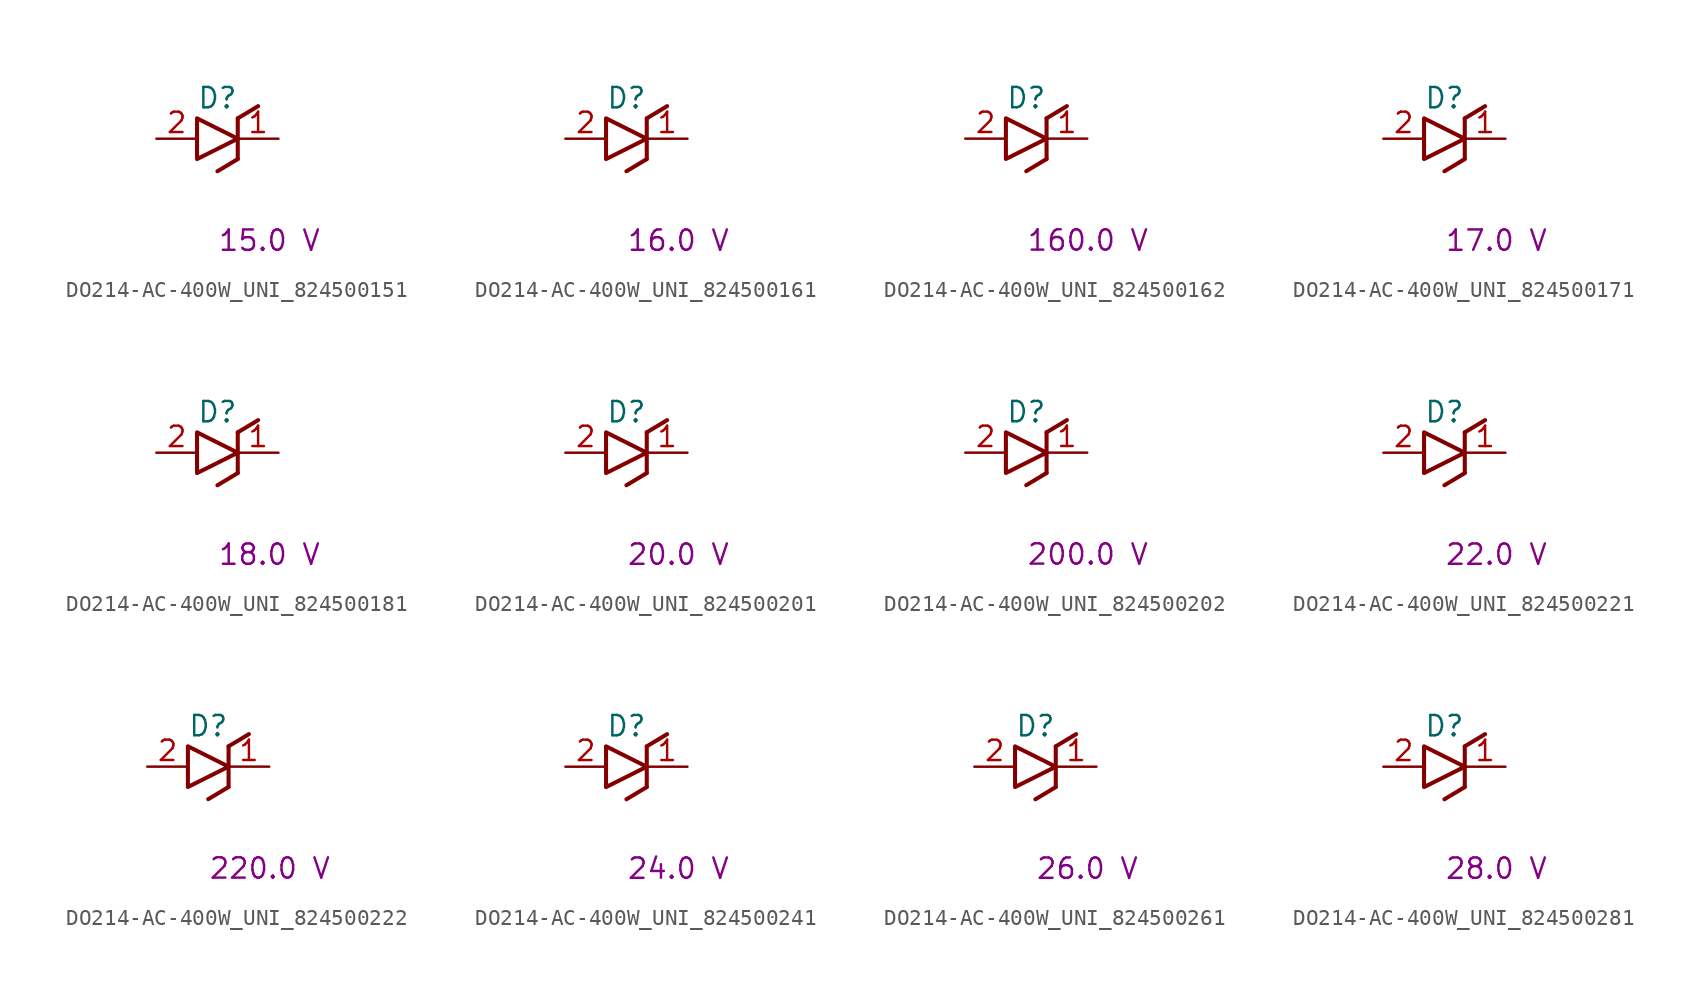
<source format=kicad_sym>
(kicad_symbol_lib
  (version 20220914)
  (generator kicad_symbol_editor)
  (symbol "DO214-AC-400W_UNI_824500151"
    (pin_names hide)
    (property "Reference" "D"
      (at 0 2.54 0)
      (effects (font (size 1.27 1.27))))
    (property "Critical Parameter" "15.0 V"
      (at 0 -6.35 0)
      (effects (font (size 1.27 1.27)) (justify left)))
    (symbol "DO214-AC-400W_UNI_824500151_1_1"
      (polyline (pts (xy 1.27 -1.27) (xy 0 -2.032)) (stroke (width 0.254) (type default)) (fill (type none)))
      (polyline (pts (xy 1.27 1.27) (xy 1.27 -1.27)) (stroke (width 0.254) (type default)) (fill (type none)))
      (polyline (pts (xy 1.27 1.27) (xy 2.54 2.032)) (stroke (width 0.254) (type default)) (fill (type none)))
      (polyline (pts (xy -1.27 1.27) (xy -1.27 -1.27) (xy 1.27 0) (xy -1.27 1.27)) (stroke (width 0.254) (type default)) (fill (type none)))
      (pin passive line (at -3.81 0 0) (length 2.54) (name "Anode" (effects (font (size 1.27 1.27)))) (number "2" (effects (font (size 1.27 1.27)))))
      (pin passive line (at 3.81 0 180) (length 2.54) (name "Cathode" (effects (font (size 1.27 1.27)))) (number "1" (effects (font (size 1.27 1.27)))))))
  (symbol "DO214-AC-400W_UNI_824500161"
    (pin_names hide)
    (property "Reference" "D"
      (at 0 2.54 0)
      (effects (font (size 1.27 1.27))))
    (property "Critical Parameter" "16.0 V"
      (at 0 -6.35 0)
      (effects (font (size 1.27 1.27)) (justify left)))
    (symbol "DO214-AC-400W_UNI_824500161_1_1"
      (polyline (pts (xy 1.27 -1.27) (xy 0 -2.032)) (stroke (width 0.254) (type default)) (fill (type none)))
      (polyline (pts (xy 1.27 1.27) (xy 1.27 -1.27)) (stroke (width 0.254) (type default)) (fill (type none)))
      (polyline (pts (xy 1.27 1.27) (xy 2.54 2.032)) (stroke (width 0.254) (type default)) (fill (type none)))
      (polyline (pts (xy -1.27 1.27) (xy -1.27 -1.27) (xy 1.27 0) (xy -1.27 1.27)) (stroke (width 0.254) (type default)) (fill (type none)))
      (pin passive line (at -3.81 0 0) (length 2.54) (name "Anode" (effects (font (size 1.27 1.27)))) (number "2" (effects (font (size 1.27 1.27)))))
      (pin passive line (at 3.81 0 180) (length 2.54) (name "Cathode" (effects (font (size 1.27 1.27)))) (number "1" (effects (font (size 1.27 1.27)))))))
  (symbol "DO214-AC-400W_UNI_824500162"
    (pin_names hide)
    (property "Reference" "D"
      (at 0 2.54 0)
      (effects (font (size 1.27 1.27))))
    (property "Critical Parameter" "160.0 V"
      (at 0 -6.35 0)
      (effects (font (size 1.27 1.27)) (justify left)))
    (symbol "DO214-AC-400W_UNI_824500162_1_1"
      (polyline (pts (xy 1.27 -1.27) (xy 0 -2.032)) (stroke (width 0.254) (type default)) (fill (type none)))
      (polyline (pts (xy 1.27 1.27) (xy 1.27 -1.27)) (stroke (width 0.254) (type default)) (fill (type none)))
      (polyline (pts (xy 1.27 1.27) (xy 2.54 2.032)) (stroke (width 0.254) (type default)) (fill (type none)))
      (polyline (pts (xy -1.27 1.27) (xy -1.27 -1.27) (xy 1.27 0) (xy -1.27 1.27)) (stroke (width 0.254) (type default)) (fill (type none)))
      (pin passive line (at -3.81 0 0) (length 2.54) (name "Anode" (effects (font (size 1.27 1.27)))) (number "2" (effects (font (size 1.27 1.27)))))
      (pin passive line (at 3.81 0 180) (length 2.54) (name "Cathode" (effects (font (size 1.27 1.27)))) (number "1" (effects (font (size 1.27 1.27)))))))
  (symbol "DO214-AC-400W_UNI_824500171"
    (pin_names hide)
    (property "Reference" "D"
      (at 0 2.54 0)
      (effects (font (size 1.27 1.27))))
    (property "Critical Parameter" "17.0 V"
      (at 0 -6.35 0)
      (effects (font (size 1.27 1.27)) (justify left)))
    (symbol "DO214-AC-400W_UNI_824500171_1_1"
      (polyline (pts (xy 1.27 -1.27) (xy 0 -2.032)) (stroke (width 0.254) (type default)) (fill (type none)))
      (polyline (pts (xy 1.27 1.27) (xy 1.27 -1.27)) (stroke (width 0.254) (type default)) (fill (type none)))
      (polyline (pts (xy 1.27 1.27) (xy 2.54 2.032)) (stroke (width 0.254) (type default)) (fill (type none)))
      (polyline (pts (xy -1.27 1.27) (xy -1.27 -1.27) (xy 1.27 0) (xy -1.27 1.27)) (stroke (width 0.254) (type default)) (fill (type none)))
      (pin passive line (at -3.81 0 0) (length 2.54) (name "Anode" (effects (font (size 1.27 1.27)))) (number "2" (effects (font (size 1.27 1.27)))))
      (pin passive line (at 3.81 0 180) (length 2.54) (name "Cathode" (effects (font (size 1.27 1.27)))) (number "1" (effects (font (size 1.27 1.27)))))))
  (symbol "DO214-AC-400W_UNI_824500181"
    (pin_names hide)
    (property "Reference" "D"
      (at 0 2.54 0)
      (effects (font (size 1.27 1.27))))
    (property "Critical Parameter" "18.0 V"
      (at 0 -6.35 0)
      (effects (font (size 1.27 1.27)) (justify left)))
    (symbol "DO214-AC-400W_UNI_824500181_1_1"
      (polyline (pts (xy 1.27 -1.27) (xy 0 -2.032)) (stroke (width 0.254) (type default)) (fill (type none)))
      (polyline (pts (xy 1.27 1.27) (xy 1.27 -1.27)) (stroke (width 0.254) (type default)) (fill (type none)))
      (polyline (pts (xy 1.27 1.27) (xy 2.54 2.032)) (stroke (width 0.254) (type default)) (fill (type none)))
      (polyline (pts (xy -1.27 1.27) (xy -1.27 -1.27) (xy 1.27 0) (xy -1.27 1.27)) (stroke (width 0.254) (type default)) (fill (type none)))
      (pin passive line (at -3.81 0 0) (length 2.54) (name "Anode" (effects (font (size 1.27 1.27)))) (number "2" (effects (font (size 1.27 1.27)))))
      (pin passive line (at 3.81 0 180) (length 2.54) (name "Cathode" (effects (font (size 1.27 1.27)))) (number "1" (effects (font (size 1.27 1.27)))))))
  (symbol "DO214-AC-400W_UNI_824500201"
    (pin_names hide)
    (property "Reference" "D"
      (at 0 2.54 0)
      (effects (font (size 1.27 1.27))))
    (property "Critical Parameter" "20.0 V"
      (at 0 -6.35 0)
      (effects (font (size 1.27 1.27)) (justify left)))
    (symbol "DO214-AC-400W_UNI_824500201_1_1"
      (polyline (pts (xy 1.27 -1.27) (xy 0 -2.032)) (stroke (width 0.254) (type default)) (fill (type none)))
      (polyline (pts (xy 1.27 1.27) (xy 1.27 -1.27)) (stroke (width 0.254) (type default)) (fill (type none)))
      (polyline (pts (xy 1.27 1.27) (xy 2.54 2.032)) (stroke (width 0.254) (type default)) (fill (type none)))
      (polyline (pts (xy -1.27 1.27) (xy -1.27 -1.27) (xy 1.27 0) (xy -1.27 1.27)) (stroke (width 0.254) (type default)) (fill (type none)))
      (pin passive line (at -3.81 0 0) (length 2.54) (name "Anode" (effects (font (size 1.27 1.27)))) (number "2" (effects (font (size 1.27 1.27)))))
      (pin passive line (at 3.81 0 180) (length 2.54) (name "Cathode" (effects (font (size 1.27 1.27)))) (number "1" (effects (font (size 1.27 1.27)))))))
  (symbol "DO214-AC-400W_UNI_824500202"
    (pin_names hide)
    (property "Reference" "D"
      (at 0 2.54 0)
      (effects (font (size 1.27 1.27))))
    (property "Critical Parameter" "200.0 V"
      (at 0 -6.35 0)
      (effects (font (size 1.27 1.27)) (justify left)))
    (symbol "DO214-AC-400W_UNI_824500202_1_1"
      (polyline (pts (xy 1.27 -1.27) (xy 0 -2.032)) (stroke (width 0.254) (type default)) (fill (type none)))
      (polyline (pts (xy 1.27 1.27) (xy 1.27 -1.27)) (stroke (width 0.254) (type default)) (fill (type none)))
      (polyline (pts (xy 1.27 1.27) (xy 2.54 2.032)) (stroke (width 0.254) (type default)) (fill (type none)))
      (polyline (pts (xy -1.27 1.27) (xy -1.27 -1.27) (xy 1.27 0) (xy -1.27 1.27)) (stroke (width 0.254) (type default)) (fill (type none)))
      (pin passive line (at -3.81 0 0) (length 2.54) (name "Anode" (effects (font (size 1.27 1.27)))) (number "2" (effects (font (size 1.27 1.27)))))
      (pin passive line (at 3.81 0 180) (length 2.54) (name "Cathode" (effects (font (size 1.27 1.27)))) (number "1" (effects (font (size 1.27 1.27)))))))
  (symbol "DO214-AC-400W_UNI_824500221"
    (pin_names hide)
    (property "Reference" "D"
      (at 0 2.54 0)
      (effects (font (size 1.27 1.27))))
    (property "Critical Parameter" "22.0 V"
      (at 0 -6.35 0)
      (effects (font (size 1.27 1.27)) (justify left)))
    (symbol "DO214-AC-400W_UNI_824500221_1_1"
      (polyline (pts (xy 1.27 -1.27) (xy 0 -2.032)) (stroke (width 0.254) (type default)) (fill (type none)))
      (polyline (pts (xy 1.27 1.27) (xy 1.27 -1.27)) (stroke (width 0.254) (type default)) (fill (type none)))
      (polyline (pts (xy 1.27 1.27) (xy 2.54 2.032)) (stroke (width 0.254) (type default)) (fill (type none)))
      (polyline (pts (xy -1.27 1.27) (xy -1.27 -1.27) (xy 1.27 0) (xy -1.27 1.27)) (stroke (width 0.254) (type default)) (fill (type none)))
      (pin passive line (at -3.81 0 0) (length 2.54) (name "Anode" (effects (font (size 1.27 1.27)))) (number "2" (effects (font (size 1.27 1.27)))))
      (pin passive line (at 3.81 0 180) (length 2.54) (name "Cathode" (effects (font (size 1.27 1.27)))) (number "1" (effects (font (size 1.27 1.27)))))))
  (symbol "DO214-AC-400W_UNI_824500222"
    (pin_names hide)
    (property "Reference" "D"
      (at 0 2.54 0)
      (effects (font (size 1.27 1.27))))
    (property "Critical Parameter" "220.0 V"
      (at 0 -6.35 0)
      (effects (font (size 1.27 1.27)) (justify left)))
    (symbol "DO214-AC-400W_UNI_824500222_1_1"
      (polyline (pts (xy 1.27 -1.27) (xy 0 -2.032)) (stroke (width 0.254) (type default)) (fill (type none)))
      (polyline (pts (xy 1.27 1.27) (xy 1.27 -1.27)) (stroke (width 0.254) (type default)) (fill (type none)))
      (polyline (pts (xy 1.27 1.27) (xy 2.54 2.032)) (stroke (width 0.254) (type default)) (fill (type none)))
      (polyline (pts (xy -1.27 1.27) (xy -1.27 -1.27) (xy 1.27 0) (xy -1.27 1.27)) (stroke (width 0.254) (type default)) (fill (type none)))
      (pin passive line (at -3.81 0 0) (length 2.54) (name "Anode" (effects (font (size 1.27 1.27)))) (number "2" (effects (font (size 1.27 1.27)))))
      (pin passive line (at 3.81 0 180) (length 2.54) (name "Cathode" (effects (font (size 1.27 1.27)))) (number "1" (effects (font (size 1.27 1.27)))))))
  (symbol "DO214-AC-400W_UNI_824500241"
    (pin_names hide)
    (property "Reference" "D"
      (at 0 2.54 0)
      (effects (font (size 1.27 1.27))))
    (property "Critical Parameter" "24.0 V"
      (at 0 -6.35 0)
      (effects (font (size 1.27 1.27)) (justify left)))
    (symbol "DO214-AC-400W_UNI_824500241_1_1"
      (polyline (pts (xy 1.27 -1.27) (xy 0 -2.032)) (stroke (width 0.254) (type default)) (fill (type none)))
      (polyline (pts (xy 1.27 1.27) (xy 1.27 -1.27)) (stroke (width 0.254) (type default)) (fill (type none)))
      (polyline (pts (xy 1.27 1.27) (xy 2.54 2.032)) (stroke (width 0.254) (type default)) (fill (type none)))
      (polyline (pts (xy -1.27 1.27) (xy -1.27 -1.27) (xy 1.27 0) (xy -1.27 1.27)) (stroke (width 0.254) (type default)) (fill (type none)))
      (pin passive line (at -3.81 0 0) (length 2.54) (name "Anode" (effects (font (size 1.27 1.27)))) (number "2" (effects (font (size 1.27 1.27)))))
      (pin passive line (at 3.81 0 180) (length 2.54) (name "Cathode" (effects (font (size 1.27 1.27)))) (number "1" (effects (font (size 1.27 1.27)))))))
  (symbol "DO214-AC-400W_UNI_824500261"
    (pin_names hide)
    (property "Reference" "D"
      (at 0 2.54 0)
      (effects (font (size 1.27 1.27))))
    (property "Critical Parameter" "26.0 V"
      (at 0 -6.35 0)
      (effects (font (size 1.27 1.27)) (justify left)))
    (symbol "DO214-AC-400W_UNI_824500261_1_1"
      (polyline (pts (xy 1.27 -1.27) (xy 0 -2.032)) (stroke (width 0.254) (type default)) (fill (type none)))
      (polyline (pts (xy 1.27 1.27) (xy 1.27 -1.27)) (stroke (width 0.254) (type default)) (fill (type none)))
      (polyline (pts (xy 1.27 1.27) (xy 2.54 2.032)) (stroke (width 0.254) (type default)) (fill (type none)))
      (polyline (pts (xy -1.27 1.27) (xy -1.27 -1.27) (xy 1.27 0) (xy -1.27 1.27)) (stroke (width 0.254) (type default)) (fill (type none)))
      (pin passive line (at -3.81 0 0) (length 2.54) (name "Anode" (effects (font (size 1.27 1.27)))) (number "2" (effects (font (size 1.27 1.27)))))
      (pin passive line (at 3.81 0 180) (length 2.54) (name "Cathode" (effects (font (size 1.27 1.27)))) (number "1" (effects (font (size 1.27 1.27)))))))
  (symbol "DO214-AC-400W_UNI_824500281"
    (pin_names hide)
    (property "Reference" "D"
      (at 0 2.54 0)
      (effects (font (size 1.27 1.27))))
    (property "Critical Parameter" "28.0 V"
      (at 0 -6.35 0)
      (effects (font (size 1.27 1.27)) (justify left)))
    (symbol "DO214-AC-400W_UNI_824500281_1_1"
      (polyline (pts (xy 1.27 -1.27) (xy 0 -2.032)) (stroke (width 0.254) (type default)) (fill (type none)))
      (polyline (pts (xy 1.27 1.27) (xy 1.27 -1.27)) (stroke (width 0.254) (type default)) (fill (type none)))
      (polyline (pts (xy 1.27 1.27) (xy 2.54 2.032)) (stroke (width 0.254) (type default)) (fill (type none)))
      (polyline (pts (xy -1.27 1.27) (xy -1.27 -1.27) (xy 1.27 0) (xy -1.27 1.27)) (stroke (width 0.254) (type default)) (fill (type none)))
      (pin passive line (at -3.81 0 0) (length 2.54) (name "Anode" (effects (font (size 1.27 1.27)))) (number "2" (effects (font (size 1.27 1.27)))))
      (pin passive line (at 3.81 0 180) (length 2.54) (name "Cathode" (effects (font (size 1.27 1.27)))) (number "1" (effects (font (size 1.27 1.27))))))))
</source>
